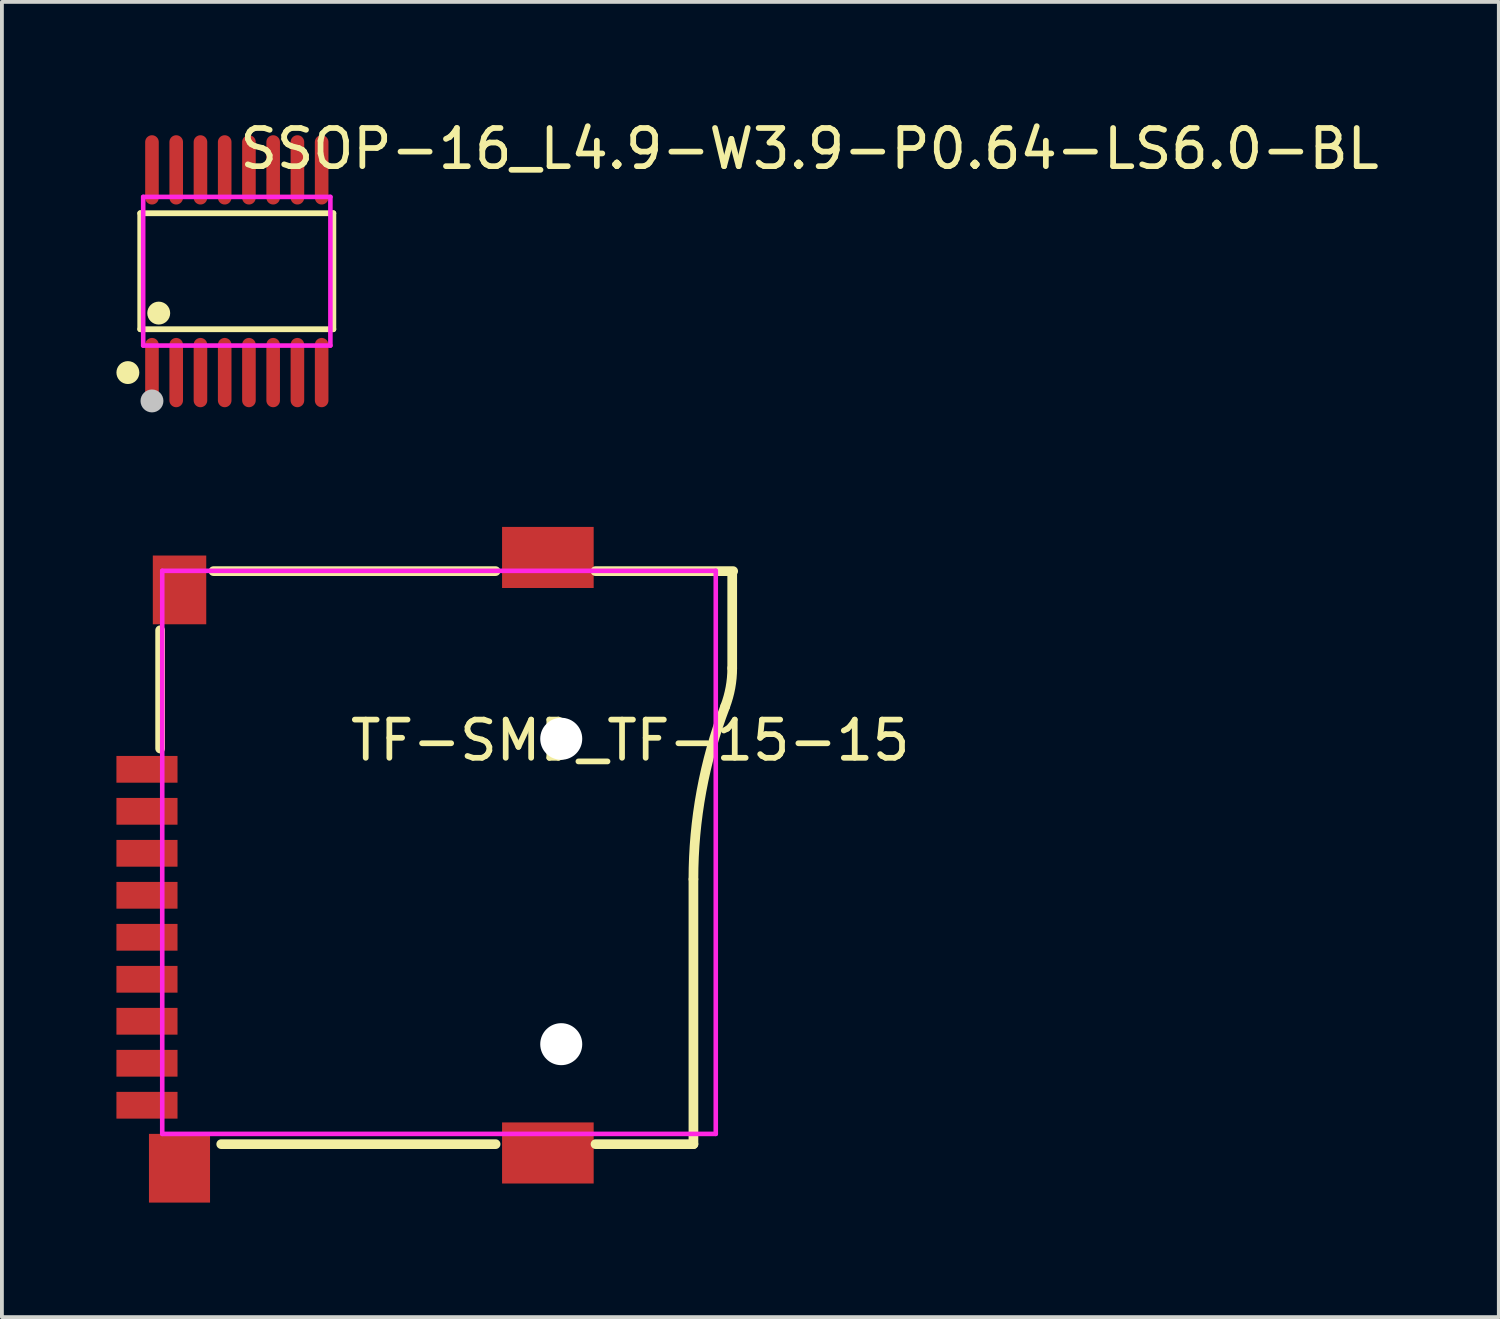
<source format=kicad_pcb>
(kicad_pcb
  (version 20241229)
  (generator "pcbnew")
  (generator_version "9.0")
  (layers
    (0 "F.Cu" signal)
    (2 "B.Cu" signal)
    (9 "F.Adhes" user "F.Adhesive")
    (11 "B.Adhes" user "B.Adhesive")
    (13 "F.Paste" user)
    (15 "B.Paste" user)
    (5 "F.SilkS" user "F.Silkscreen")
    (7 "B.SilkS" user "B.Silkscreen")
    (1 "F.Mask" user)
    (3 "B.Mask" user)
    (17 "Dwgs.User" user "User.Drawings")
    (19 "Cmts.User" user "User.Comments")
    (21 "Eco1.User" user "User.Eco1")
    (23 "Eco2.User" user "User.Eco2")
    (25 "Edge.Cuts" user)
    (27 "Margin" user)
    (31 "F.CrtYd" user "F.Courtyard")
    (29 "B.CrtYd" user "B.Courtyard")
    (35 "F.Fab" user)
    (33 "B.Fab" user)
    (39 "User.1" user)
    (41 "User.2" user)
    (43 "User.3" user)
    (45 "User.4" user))
  (footprint "TF-SMD_TF-15-15"
    (layer "F.Cu")
    (at 6.051 19.553)
    (property "Reference" "TF-SMD_TF-15-15" (at 0 -3.207 0) (layer "F.SilkS") (effects (font (size 1 1) (thickness 0.15)) (justify left)))
    (attr through_hole)
    (fp_line (start -4.906 -6.093) (end -4.906 -2.994) (stroke (width 0.254) (type solid)) (layer "F.SilkS"))
    (fp_line (start -3.306 7.369) (end 3.882 7.369) (stroke (width 0.254) (type solid)) (layer "F.SilkS"))
    (fp_line (start 3.882 -7.642) (end -3.509 -7.642) (stroke (width 0.254) (type solid)) (layer "F.SilkS"))
    (fp_line (start 9.064 0.435) (end 9.064 7.369) (stroke (width 0.254) (type solid)) (layer "F.SilkS"))
    (fp_line (start 9.064 7.369) (end 6.499 7.369) (stroke (width 0.254) (type solid)) (layer "F.SilkS"))
    (fp_line (start 10.08 -7.617) (end 10.08 -5.102) (stroke (width 0.254) (type solid)) (layer "F.SilkS"))
    (fp_line (start 10.105 -7.642) (end 6.499 -7.642) (stroke (width 0.254) (type solid)) (layer "F.SilkS"))
    (fp_arc (start 9.064 0.423) (mid 9.273729 -1.875505) (end 9.895988 -4.098094) (stroke (width 0.254) (type solid)) (layer "F.SilkS"))
    (fp_arc (start 10.080026 -5.098094) (mid 10.033645 -4.58965) (end 9.896 -4.098) (stroke (width 0.254) (type solid)) (layer "F.SilkS"))
    (fp_circle (center 5.601 -3.25) (end 5.827 -3.25) (stroke (width 0.45) (type solid)) (fill no) (layer "Dwgs.User"))
    (fp_circle (center 5.601 4.75) (end 5.827 4.75) (stroke (width 0.45) (type solid)) (fill no) (layer "Dwgs.User"))
    (fp_circle (center -5.401 -8.249) (end -5.371 -8.249) (stroke (width 0.06) (type solid)) (fill no) (layer "Eco2.User"))
    (fp_poly (pts (xy -5.401 -2.6) (xy -4.701 -2.6) (xy -4.701 -2.3) (xy -5.401 -2.3)) (stroke (width 0.12) (type solid)) (fill no) (layer "Eco2.User"))
    (fp_poly (pts (xy -5.401 -1.5) (xy -4.701 -1.5) (xy -4.701 -1.2) (xy -5.401 -1.2)) (stroke (width 0.12) (type solid)) (fill no) (layer "Eco2.User"))
    (fp_poly (pts (xy -5.401 -0.4) (xy -4.701 -0.4) (xy -4.701 -0.1) (xy -5.401 -0.1)) (stroke (width 0.12) (type solid)) (fill no) (layer "Eco2.User"))
    (fp_poly (pts (xy -5.401 0.7) (xy -4.701 0.7) (xy -4.701 1) (xy -5.401 1)) (stroke (width 0.12) (type solid)) (fill no) (layer "Eco2.User"))
    (fp_poly (pts (xy -5.401 1.8) (xy -4.701 1.8) (xy -4.701 2.1) (xy -5.401 2.1)) (stroke (width 0.12) (type solid)) (fill no) (layer "Eco2.User"))
    (fp_poly (pts (xy -5.401 2.9) (xy -4.701 2.9) (xy -4.701 3.2) (xy -5.401 3.2)) (stroke (width 0.12) (type solid)) (fill no) (layer "Eco2.User"))
    (fp_poly (pts (xy -5.401 4) (xy -4.701 4) (xy -4.701 4.3) (xy -5.401 4.3)) (stroke (width 0.12) (type solid)) (fill no) (layer "Eco2.User"))
    (fp_poly (pts (xy -5.401 5.1) (xy -4.701 5.1) (xy -4.701 5.4) (xy -5.401 5.4)) (stroke (width 0.12) (type solid)) (fill no) (layer "Eco2.User"))
    (fp_poly (pts (xy -5.401 6.2) (xy -4.701 6.2) (xy -4.701 6.5) (xy -5.401 6.5)) (stroke (width 0.12) (type solid)) (fill no) (layer "Eco2.User"))
    (fp_poly (pts (xy -4.851 -7.65) (xy -3.851 -7.65) (xy -3.851 -6.65) (xy -4.851 -6.65)) (stroke (width 0.12) (type solid)) (fill no) (layer "Eco2.User"))
    (fp_poly (pts (xy -3.851 7.05) (xy -3.851 8.05) (xy -4.851 8.05) (xy -4.851 7.05)) (stroke (width 0.12) (type solid)) (fill no) (layer "Eco2.User"))
    (fp_poly (pts (xy 4.451 7.05) (xy 6.051 7.05) (xy 6.051 7.85) (xy 4.451 7.85)) (stroke (width 0.12) (type solid)) (fill no) (layer "Eco2.User"))
    (fp_poly (pts (xy 6.051 -7.449) (xy 4.451 -7.449) (xy 4.451 -8.249) (xy 6.051 -8.249)) (stroke (width 0.12) (type solid)) (fill no) (layer "Eco2.User"))
    (fp_line (start -4.851 -7.65) (end 9.649 -7.65) (stroke (width 0.12) (type solid)) (layer "F.CrtYd"))
    (fp_line (start -4.851 7.1) (end -4.851 -7.65) (stroke (width 0.12) (type solid)) (layer "F.CrtYd"))
    (fp_line (start 9.649 -7.65) (end 9.649 7.1) (stroke (width 0.12) (type solid)) (layer "F.CrtYd"))
    (fp_line (start 9.649 7.1) (end -4.851 7.1) (stroke (width 0.12) (type solid)) (layer "F.CrtYd"))
    (pad "" np_thru_hole circle (at 5.601 -3.25) (size 1.1 1.1) (drill 1.1) (layers "*.Cu" "*.Mask"))
    (pad "" np_thru_hole circle (at 5.601 4.75) (size 1.1 1.1) (drill 1.1) (layers "*.Cu" "*.Mask"))
    (pad "1" smd rect (at -5.251 -2.45) (size 1.6 0.701) (layers "F.Cu" "F.Mask" "F.Paste"))
    (pad "2" smd rect (at -5.251 -1.35) (size 1.6 0.701) (layers "F.Cu" "F.Mask" "F.Paste"))
    (pad "3" smd rect (at -5.251 -0.25) (size 1.6 0.701) (layers "F.Cu" "F.Mask" "F.Paste"))
    (pad "4" smd rect (at -5.251 0.85) (size 1.6 0.701) (layers "F.Cu" "F.Mask" "F.Paste"))
    (pad "5" smd rect (at -5.251 1.95) (size 1.6 0.701) (layers "F.Cu" "F.Mask" "F.Paste"))
    (pad "6" smd rect (at -5.251 3.05) (size 1.6 0.701) (layers "F.Cu" "F.Mask" "F.Paste"))
    (pad "7" smd rect (at -5.251 4.15) (size 1.6 0.701) (layers "F.Cu" "F.Mask" "F.Paste"))
    (pad "8" smd rect (at -5.251 5.25) (size 1.6 0.701) (layers "F.Cu" "F.Mask" "F.Paste"))
    (pad "9" smd rect (at -5.251 6.35) (size 1.6 0.701) (layers "F.Cu" "F.Mask" "F.Paste"))
    (pad "10" smd rect (at -4.399 8) (size 1.6 1.8) (layers "F.Cu" "F.Mask" "F.Paste"))
    (pad "11" smd rect (at 5.251 7.6) (size 2.4 1.6) (layers "F.Cu" "F.Mask" "F.Paste"))
    (pad "12" smd rect (at 5.251 -8) (size 2.4 1.6) (layers "F.Cu" "F.Mask" "F.Paste"))
    (pad "13" smd rect (at -4.398 -7.15) (size 1.4 1.801) (layers "F.Cu" "F.Mask" "F.Paste")))
  (footprint "SSOP-16_L4.9-W3.9-P0.64-LS6.0-BL"
    (layer "F.Cu")
    (at 3.153 4.055)
    (property "Reference" "SSOP-16_L4.9-W3.9-P0.64-LS6.0-BL" (at 0 -3.207 0) (layer "F.SilkS") (effects (font (size 1 1) (thickness 0.15)) (justify left)))
    (attr through_hole)
    (fp_line (start -2.529 -1.519) (end 2.529 -1.519) (stroke (width 0.152) (type solid)) (layer "F.SilkS"))
    (fp_line (start -2.529 1.519) (end -2.529 -1.519) (stroke (width 0.152) (type solid)) (layer "F.SilkS"))
    (fp_line (start 2.529 -1.519) (end 2.529 1.519) (stroke (width 0.152) (type solid)) (layer "F.SilkS"))
    (fp_line (start 2.529 1.519) (end -2.529 1.519) (stroke (width 0.152) (type solid)) (layer "F.SilkS"))
    (fp_circle (center -2.853 2.655) (end -2.703 2.655) (stroke (width 0.3) (type solid)) (fill no) (layer "F.SilkS"))
    (fp_circle (center -2.045 1.097) (end -1.895 1.097) (stroke (width 0.3) (type solid)) (fill no) (layer "F.SilkS"))
    (fp_circle (center -2.222 3.398) (end -2.072 3.398) (stroke (width 0.3) (type solid)) (fill no) (layer "Dwgs.User"))
    (fp_line (start -2.35 -2.363) (end -2.35 -1.938) (stroke (width 0.12) (type solid)) (layer "Eco2.User"))
    (fp_line (start -2.35 -1.938) (end -2.095 -1.938) (stroke (width 0.12) (type solid)) (layer "Eco2.User"))
    (fp_line (start -2.35 1.938) (end -2.095 1.938) (stroke (width 0.12) (type solid)) (layer "Eco2.User"))
    (fp_line (start -2.35 2.363) (end -2.35 1.938) (stroke (width 0.12) (type solid)) (layer "Eco2.User"))
    (fp_line (start -2.095 -2.363) (end -2.35 -2.363) (stroke (width 0.12) (type solid)) (layer "Eco2.User"))
    (fp_line (start -2.095 -1.938) (end -2.095 -2.363) (stroke (width 0.12) (type solid)) (layer "Eco2.User"))
    (fp_line (start -2.095 1.938) (end -2.095 2.363) (stroke (width 0.12) (type solid)) (layer "Eco2.User"))
    (fp_line (start -2.095 2.363) (end -2.35 2.363) (stroke (width 0.12) (type solid)) (layer "Eco2.User"))
    (fp_line (start -1.715 -2.363) (end -1.715 -1.938) (stroke (width 0.12) (type solid)) (layer "Eco2.User"))
    (fp_line (start -1.715 -1.938) (end -1.46 -1.938) (stroke (width 0.12) (type solid)) (layer "Eco2.User"))
    (fp_line (start -1.715 1.938) (end -1.46 1.938) (stroke (width 0.12) (type solid)) (layer "Eco2.User"))
    (fp_line (start -1.715 2.363) (end -1.715 1.938) (stroke (width 0.12) (type solid)) (layer "Eco2.User"))
    (fp_line (start -1.46 -2.363) (end -1.715 -2.363) (stroke (width 0.12) (type solid)) (layer "Eco2.User"))
    (fp_line (start -1.46 -1.938) (end -1.46 -2.363) (stroke (width 0.12) (type solid)) (layer "Eco2.User"))
    (fp_line (start -1.46 1.938) (end -1.46 2.363) (stroke (width 0.12) (type solid)) (layer "Eco2.User"))
    (fp_line (start -1.46 2.363) (end -1.715 2.363) (stroke (width 0.12) (type solid)) (layer "Eco2.User"))
    (fp_line (start -1.08 -2.363) (end -1.08 -1.938) (stroke (width 0.12) (type solid)) (layer "Eco2.User"))
    (fp_line (start -1.08 -1.938) (end -0.825 -1.938) (stroke (width 0.12) (type solid)) (layer "Eco2.User"))
    (fp_line (start -1.08 1.938) (end -0.825 1.938) (stroke (width 0.12) (type solid)) (layer "Eco2.User"))
    (fp_line (start -1.08 2.363) (end -1.08 1.938) (stroke (width 0.12) (type solid)) (layer "Eco2.User"))
    (fp_line (start -0.825 -2.363) (end -1.08 -2.363) (stroke (width 0.12) (type solid)) (layer "Eco2.User"))
    (fp_line (start -0.825 -1.938) (end -0.825 -2.363) (stroke (width 0.12) (type solid)) (layer "Eco2.User"))
    (fp_line (start -0.825 1.938) (end -0.825 2.363) (stroke (width 0.12) (type solid)) (layer "Eco2.User"))
    (fp_line (start -0.825 2.363) (end -1.08 2.363) (stroke (width 0.12) (type solid)) (layer "Eco2.User"))
    (fp_line (start -0.445 -2.363) (end -0.445 -1.938) (stroke (width 0.12) (type solid)) (layer "Eco2.User"))
    (fp_line (start -0.445 -1.938) (end -0.19 -1.938) (stroke (width 0.12) (type solid)) (layer "Eco2.User"))
    (fp_line (start -0.445 1.938) (end -0.19 1.938) (stroke (width 0.12) (type solid)) (layer "Eco2.User"))
    (fp_line (start -0.445 2.363) (end -0.445 1.938) (stroke (width 0.12) (type solid)) (layer "Eco2.User"))
    (fp_line (start -0.19 -2.363) (end -0.445 -2.363) (stroke (width 0.12) (type solid)) (layer "Eco2.User"))
    (fp_line (start -0.19 -1.938) (end -0.19 -2.363) (stroke (width 0.12) (type solid)) (layer "Eco2.User"))
    (fp_line (start -0.19 1.938) (end -0.19 2.363) (stroke (width 0.12) (type solid)) (layer "Eco2.User"))
    (fp_line (start -0.19 2.363) (end -0.445 2.363) (stroke (width 0.12) (type solid)) (layer "Eco2.User"))
    (fp_line (start 0.19 -2.363) (end 0.19 -1.938) (stroke (width 0.12) (type solid)) (layer "Eco2.User"))
    (fp_line (start 0.19 -1.938) (end 0.445 -1.938) (stroke (width 0.12) (type solid)) (layer "Eco2.User"))
    (fp_line (start 0.19 1.938) (end 0.445 1.938) (stroke (width 0.12) (type solid)) (layer "Eco2.User"))
    (fp_line (start 0.19 2.363) (end 0.19 1.938) (stroke (width 0.12) (type solid)) (layer "Eco2.User"))
    (fp_line (start 0.445 -2.363) (end 0.19 -2.363) (stroke (width 0.12) (type solid)) (layer "Eco2.User"))
    (fp_line (start 0.445 -1.938) (end 0.445 -2.363) (stroke (width 0.12) (type solid)) (layer "Eco2.User"))
    (fp_line (start 0.445 1.938) (end 0.445 2.363) (stroke (width 0.12) (type solid)) (layer "Eco2.User"))
    (fp_line (start 0.445 2.363) (end 0.19 2.363) (stroke (width 0.12) (type solid)) (layer "Eco2.User"))
    (fp_line (start 0.825 -2.363) (end 0.825 -1.938) (stroke (width 0.12) (type solid)) (layer "Eco2.User"))
    (fp_line (start 0.825 -1.938) (end 1.08 -1.938) (stroke (width 0.12) (type solid)) (layer "Eco2.User"))
    (fp_line (start 0.825 1.938) (end 1.08 1.938) (stroke (width 0.12) (type solid)) (layer "Eco2.User"))
    (fp_line (start 0.825 2.363) (end 0.825 1.938) (stroke (width 0.12) (type solid)) (layer "Eco2.User"))
    (fp_line (start 1.08 -2.363) (end 0.825 -2.363) (stroke (width 0.12) (type solid)) (layer "Eco2.User"))
    (fp_line (start 1.08 -1.938) (end 1.08 -2.363) (stroke (width 0.12) (type solid)) (layer "Eco2.User"))
    (fp_line (start 1.08 1.938) (end 1.08 2.363) (stroke (width 0.12) (type solid)) (layer "Eco2.User"))
    (fp_line (start 1.08 2.363) (end 0.825 2.363) (stroke (width 0.12) (type solid)) (layer "Eco2.User"))
    (fp_line (start 1.46 -2.363) (end 1.46 -1.938) (stroke (width 0.12) (type solid)) (layer "Eco2.User"))
    (fp_line (start 1.46 -1.938) (end 1.715 -1.938) (stroke (width 0.12) (type solid)) (layer "Eco2.User"))
    (fp_line (start 1.46 1.938) (end 1.715 1.938) (stroke (width 0.12) (type solid)) (layer "Eco2.User"))
    (fp_line (start 1.46 2.363) (end 1.46 1.938) (stroke (width 0.12) (type solid)) (layer "Eco2.User"))
    (fp_line (start 1.715 -2.363) (end 1.46 -2.363) (stroke (width 0.12) (type solid)) (layer "Eco2.User"))
    (fp_line (start 1.715 -1.938) (end 1.715 -2.363) (stroke (width 0.12) (type solid)) (layer "Eco2.User"))
    (fp_line (start 1.715 1.938) (end 1.715 2.363) (stroke (width 0.12) (type solid)) (layer "Eco2.User"))
    (fp_line (start 1.715 2.363) (end 1.46 2.363) (stroke (width 0.12) (type solid)) (layer "Eco2.User"))
    (fp_line (start 2.095 -2.363) (end 2.095 -1.938) (stroke (width 0.12) (type solid)) (layer "Eco2.User"))
    (fp_line (start 2.095 -1.938) (end 2.35 -1.938) (stroke (width 0.12) (type solid)) (layer "Eco2.User"))
    (fp_line (start 2.095 1.938) (end 2.35 1.938) (stroke (width 0.12) (type solid)) (layer "Eco2.User"))
    (fp_line (start 2.095 2.363) (end 2.095 1.938) (stroke (width 0.12) (type solid)) (layer "Eco2.User"))
    (fp_line (start 2.35 -2.363) (end 2.095 -2.363) (stroke (width 0.12) (type solid)) (layer "Eco2.User"))
    (fp_line (start 2.35 -1.938) (end 2.35 -2.363) (stroke (width 0.12) (type solid)) (layer "Eco2.User"))
    (fp_line (start 2.35 1.938) (end 2.35 2.363) (stroke (width 0.12) (type solid)) (layer "Eco2.User"))
    (fp_line (start 2.35 2.363) (end 2.095 2.363) (stroke (width 0.12) (type solid)) (layer "Eco2.User"))
    (fp_circle (center -2.452 2.998) (end -2.422 2.998) (stroke (width 0.06) (type solid)) (fill no) (layer "Eco2.User"))
    (fp_poly (pts (xy -2.35 -2.998) (xy -2.35 -2.352) (xy -2.095 -2.352) (xy -2.095 -2.998)) (stroke (width 0.12) (type solid)) (fill no) (layer "Eco2.User"))
    (fp_poly (pts (xy -2.35 2.998) (xy -2.35 2.352) (xy -2.095 2.352) (xy -2.095 2.998)) (stroke (width 0.12) (type solid)) (fill no) (layer "Eco2.User"))
    (fp_poly (pts (xy -1.715 -2.998) (xy -1.715 -2.352) (xy -1.46 -2.352) (xy -1.46 -2.998)) (stroke (width 0.12) (type solid)) (fill no) (layer "Eco2.User"))
    (fp_poly (pts (xy -1.715 2.998) (xy -1.715 2.352) (xy -1.46 2.352) (xy -1.46 2.998)) (stroke (width 0.12) (type solid)) (fill no) (layer "Eco2.User"))
    (fp_poly (pts (xy -1.08 -2.998) (xy -1.08 -2.352) (xy -0.825 -2.352) (xy -0.825 -2.998)) (stroke (width 0.12) (type solid)) (fill no) (layer "Eco2.User"))
    (fp_poly (pts (xy -1.08 2.998) (xy -1.08 2.352) (xy -0.825 2.352) (xy -0.825 2.998)) (stroke (width 0.12) (type solid)) (fill no) (layer "Eco2.User"))
    (fp_poly (pts (xy -0.445 -2.998) (xy -0.445 -2.352) (xy -0.19 -2.352) (xy -0.19 -2.998)) (stroke (width 0.12) (type solid)) (fill no) (layer "Eco2.User"))
    (fp_poly (pts (xy -0.445 2.998) (xy -0.445 2.352) (xy -0.19 2.352) (xy -0.19 2.998)) (stroke (width 0.12) (type solid)) (fill no) (layer "Eco2.User"))
    (fp_poly (pts (xy 0.19 -2.998) (xy 0.19 -2.352) (xy 0.445 -2.352) (xy 0.445 -2.998)) (stroke (width 0.12) (type solid)) (fill no) (layer "Eco2.User"))
    (fp_poly (pts (xy 0.19 2.998) (xy 0.19 2.352) (xy 0.445 2.352) (xy 0.445 2.998)) (stroke (width 0.12) (type solid)) (fill no) (layer "Eco2.User"))
    (fp_poly (pts (xy 0.825 -2.998) (xy 0.825 -2.352) (xy 1.08 -2.352) (xy 1.08 -2.998)) (stroke (width 0.12) (type solid)) (fill no) (layer "Eco2.User"))
    (fp_poly (pts (xy 0.825 2.998) (xy 0.825 2.352) (xy 1.08 2.352) (xy 1.08 2.998)) (stroke (width 0.12) (type solid)) (fill no) (layer "Eco2.User"))
    (fp_poly (pts (xy 1.46 -2.998) (xy 1.46 -2.352) (xy 1.715 -2.352) (xy 1.715 -2.998)) (stroke (width 0.12) (type solid)) (fill no) (layer "Eco2.User"))
    (fp_poly (pts (xy 1.46 2.998) (xy 1.46 2.352) (xy 1.715 2.352) (xy 1.715 2.998)) (stroke (width 0.12) (type solid)) (fill no) (layer "Eco2.User"))
    (fp_poly (pts (xy 2.095 -2.998) (xy 2.095 -2.352) (xy 2.35 -2.352) (xy 2.35 -2.998)) (stroke (width 0.12) (type solid)) (fill no) (layer "Eco2.User"))
    (fp_poly (pts (xy 2.095 2.998) (xy 2.095 2.352) (xy 2.35 2.352) (xy 2.35 2.998)) (stroke (width 0.12) (type solid)) (fill no) (layer "Eco2.User"))
    (fp_line (start -2.452 -1.947) (end 2.452 -1.947) (stroke (width 0.12) (type solid)) (layer "F.CrtYd"))
    (fp_line (start -2.452 1.947) (end -2.452 -1.947) (stroke (width 0.12) (type solid)) (layer "F.CrtYd"))
    (fp_line (start 2.452 -1.947) (end 2.452 1.947) (stroke (width 0.12) (type solid)) (layer "F.CrtYd"))
    (fp_line (start 2.452 1.947) (end -2.452 1.947) (stroke (width 0.12) (type solid)) (layer "F.CrtYd"))
    (pad "1" smd oval (at -2.222 2.655) (size 0.356 1.815) (layers "F.Cu" "F.Mask" "F.Paste"))
    (pad "2" smd oval (at -1.587 2.655) (size 0.356 1.815) (layers "F.Cu" "F.Mask" "F.Paste"))
    (pad "3" smd oval (at -0.952 2.655) (size 0.356 1.815) (layers "F.Cu" "F.Mask" "F.Paste"))
    (pad "4" smd oval (at -0.317 2.655) (size 0.356 1.815) (layers "F.Cu" "F.Mask" "F.Paste"))
    (pad "5" smd oval (at 0.318 2.655) (size 0.356 1.815) (layers "F.Cu" "F.Mask" "F.Paste"))
    (pad "6" smd oval (at 0.953 2.655) (size 0.356 1.815) (layers "F.Cu" "F.Mask" "F.Paste"))
    (pad "7" smd oval (at 1.588 2.655) (size 0.356 1.815) (layers "F.Cu" "F.Mask" "F.Paste"))
    (pad "8" smd oval (at 2.223 2.655) (size 0.356 1.815) (layers "F.Cu" "F.Mask" "F.Paste"))
    (pad "9" smd oval (at 2.223 -2.655) (size 0.356 1.815) (layers "F.Cu" "F.Mask" "F.Paste"))
    (pad "10" smd oval (at 1.588 -2.655) (size 0.356 1.815) (layers "F.Cu" "F.Mask" "F.Paste"))
    (pad "11" smd oval (at 0.953 -2.655) (size 0.356 1.815) (layers "F.Cu" "F.Mask" "F.Paste"))
    (pad "12" smd oval (at 0.318 -2.655) (size 0.356 1.815) (layers "F.Cu" "F.Mask" "F.Paste"))
    (pad "13" smd oval (at -0.317 -2.655) (size 0.356 1.815) (layers "F.Cu" "F.Mask" "F.Paste"))
    (pad "14" smd oval (at -0.952 -2.655) (size 0.356 1.815) (layers "F.Cu" "F.Mask" "F.Paste"))
    (pad "15" smd oval (at -1.587 -2.655) (size 0.356 1.815) (layers "F.Cu" "F.Mask" "F.Paste"))
    (pad "16" smd oval (at -2.222 -2.655) (size 0.356 1.815) (layers "F.Cu" "F.Mask" "F.Paste")))
  (gr_rect
    (start -3 -3)
    (end 36.213 31.453)
    (stroke (width 0.1) (type default))
    (fill no)
    (layer "Edge.Cuts")))
</source>
